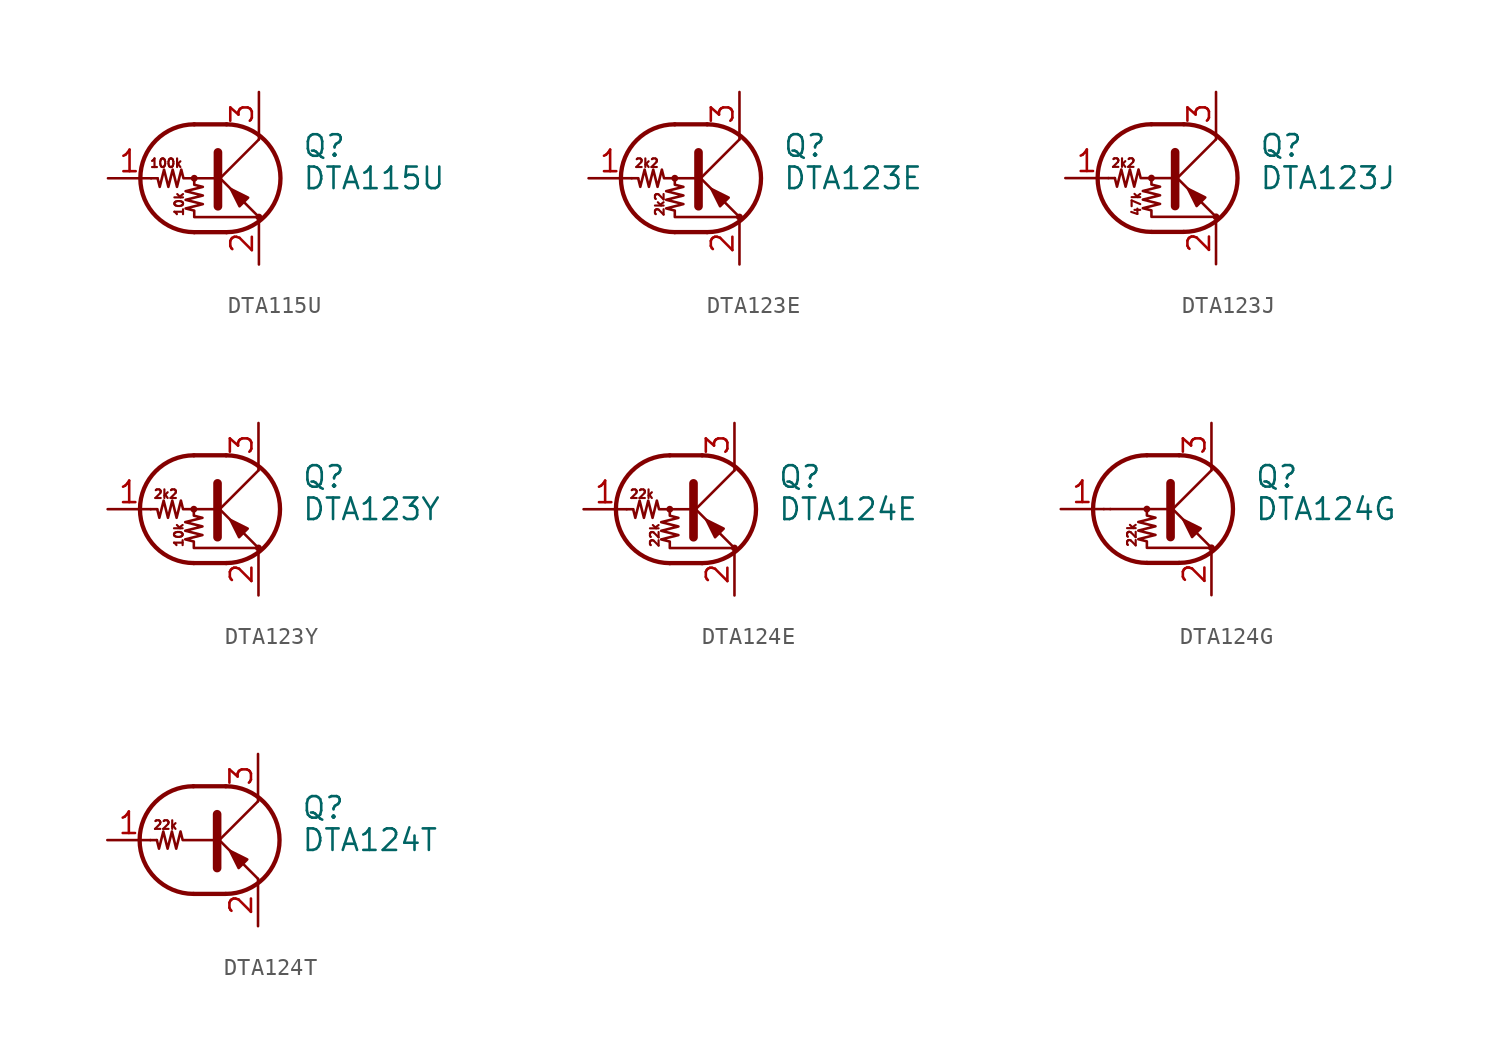
<source format=kicad_sym>
(kicad_symbol_lib
  (version 20201005)
  (generator kicad_symbol_editor)
  (symbol "Transistor_BJT:DTA115U"
    (pin_names
      (offset 0) hide)
    (property "Reference" "Q"
      (at 5.08 1.905 0)
      (effects (font (size 1.27 1.27)) (justify left)))
    (property "Value" "DTA115U"
      (at 5.08 0 0)
      (effects (font (size 1.27 1.27)) (justify left)))
    (symbol "DTA115U_0_0"
      (text "100k" (at -2.921 0.889 0) (effects (font (size 0.508 0.508))))
      (text "10k" (at -2.159 -1.524 900) (effects (font (size 0.508 0.508)))))
    (symbol "DTA115U_0_1"
      (arc (start -1.27 3.175) (end -1.27 -3.175) (radius (at -1.27 0) (length 3.175) (angles 90.1 -90.1)) (stroke (width 0.254)) (fill (type none)))
      (arc (start 0.635 -3.175) (end 0.635 3.175) (radius (at 0.635 0) (length 3.175) (angles -89.9 89.9)) (stroke (width 0.254)) (fill (type none)))
      (circle (center -1.27 0) (radius 0.127) (stroke (width 0)) (fill (type none)))
      (circle (center 2.54 -2.286) (radius 0.127) (stroke (width 0)) (fill (type none)))
      (polyline (pts (xy -3.429 0) (xy -3.81 0)) (stroke (width 0)) (fill (type none)))
      (polyline (pts (xy -1.27 -3.175) (xy 0.635 -3.175)) (stroke (width 0.254)) (fill (type none)))
      (polyline (pts (xy -1.27 3.175) (xy 0.635 3.175)) (stroke (width 0.254)) (fill (type none)))
      (polyline (pts (xy 0 -0.254) (xy 2.54 2.286)) (stroke (width 0)) (fill (type none)))
      (polyline (pts (xy 0.127 1.524) (xy 0.127 -1.651)) (stroke (width 0.508)) (fill (type outline)))
      (polyline (pts (xy 2.54 2.286) (xy 2.54 2.54)) (stroke (width 0)) (fill (type none)))
      (polyline (pts (xy 2.54 -2.286) (xy 0 0.254) (xy 0 0.254)) (stroke (width 0)) (fill (type none)))
      (polyline (pts (xy 1.397 -1.651) (xy 1.905 -1.143) (xy 0.889 -0.635) (xy 1.397 -1.651)) (stroke (width 0)) (fill (type outline)))
      (polyline (pts (xy 0 0) (xy -1.905 0) (xy -2.032 0.508) (xy -2.286 -0.508) (xy -2.54 0.508) (xy -2.794 -0.508) (xy -3.048 0.508) (xy -3.302 -0.508) (xy -3.429 0)) (stroke (width 0)) (fill (type none)))
      (polyline (pts (xy -1.27 0) (xy -1.27 -0.381) (xy -0.762 -0.508) (xy -1.778 -0.762) (xy -0.762 -1.016) (xy -1.778 -1.27) (xy -0.762 -1.524) (xy -1.778 -1.778) (xy -1.27 -1.905) (xy -1.27 -2.286) (xy 2.54 -2.286)) (stroke (width 0)) (fill (type none))))
    (symbol "DTA115U_1_1"
      (pin input line (at -6.35 0 0) (length 2.54) (name "B" (effects (font (size 1.27 1.27)))) (number "1" (effects (font (size 1.27 1.27)))))
      (pin passive line (at 2.54 -5.08 90) (length 2.54) (name "E" (effects (font (size 1.27 1.27)))) (number "2" (effects (font (size 1.27 1.27)))))
      (pin passive line (at 2.54 5.08 270) (length 2.54) (name "C" (effects (font (size 1.27 1.27)))) (number "3" (effects (font (size 1.27 1.27)))))))
  (symbol "Transistor_BJT:DTA123E"
    (pin_names
      (offset 0) hide)
    (property "Reference" "Q"
      (at 5.08 1.905 0)
      (effects (font (size 1.27 1.27)) (justify left)))
    (property "Value" "DTA123E"
      (at 5.08 0 0)
      (effects (font (size 1.27 1.27)) (justify left)))
    (symbol "DTA123E_0_0"
      (text "2k2" (at -2.921 0.889 0) (effects (font (size 0.508 0.508))))
      (text "2k2" (at -2.159 -1.524 900) (effects (font (size 0.508 0.508)))))
    (symbol "DTA123E_0_1"
      (arc (start -1.27 3.175) (end -1.27 -3.175) (radius (at -1.27 0) (length 3.175) (angles 90.1 -90.1)) (stroke (width 0.254)) (fill (type none)))
      (arc (start 0.635 -3.175) (end 0.635 3.175) (radius (at 0.635 0) (length 3.175) (angles -89.9 89.9)) (stroke (width 0.254)) (fill (type none)))
      (circle (center -1.27 0) (radius 0.127) (stroke (width 0)) (fill (type none)))
      (circle (center 2.54 -2.286) (radius 0.127) (stroke (width 0)) (fill (type none)))
      (polyline (pts (xy -3.429 0) (xy -3.81 0)) (stroke (width 0)) (fill (type none)))
      (polyline (pts (xy -1.27 -3.175) (xy 0.635 -3.175)) (stroke (width 0.254)) (fill (type none)))
      (polyline (pts (xy -1.27 3.175) (xy 0.635 3.175)) (stroke (width 0.254)) (fill (type none)))
      (polyline (pts (xy 0 -0.254) (xy 2.54 2.286)) (stroke (width 0)) (fill (type none)))
      (polyline (pts (xy 0.127 1.524) (xy 0.127 -1.651)) (stroke (width 0.508)) (fill (type outline)))
      (polyline (pts (xy 2.54 2.286) (xy 2.54 2.54)) (stroke (width 0)) (fill (type none)))
      (polyline (pts (xy 2.54 -2.286) (xy 0 0.254) (xy 0 0.254)) (stroke (width 0)) (fill (type none)))
      (polyline (pts (xy 1.397 -1.651) (xy 1.905 -1.143) (xy 0.889 -0.635) (xy 1.397 -1.651)) (stroke (width 0)) (fill (type outline)))
      (polyline (pts (xy 0 0) (xy -1.905 0) (xy -2.032 0.508) (xy -2.286 -0.508) (xy -2.54 0.508) (xy -2.794 -0.508) (xy -3.048 0.508) (xy -3.302 -0.508) (xy -3.429 0)) (stroke (width 0)) (fill (type none)))
      (polyline (pts (xy -1.27 0) (xy -1.27 -0.381) (xy -0.762 -0.508) (xy -1.778 -0.762) (xy -0.762 -1.016) (xy -1.778 -1.27) (xy -0.762 -1.524) (xy -1.778 -1.778) (xy -1.27 -1.905) (xy -1.27 -2.286) (xy 2.54 -2.286)) (stroke (width 0)) (fill (type none))))
    (symbol "DTA123E_1_1"
      (pin input line (at -6.35 0 0) (length 2.54) (name "B" (effects (font (size 1.27 1.27)))) (number "1" (effects (font (size 1.27 1.27)))))
      (pin passive line (at 2.54 -5.08 90) (length 2.54) (name "E" (effects (font (size 1.27 1.27)))) (number "2" (effects (font (size 1.27 1.27)))))
      (pin passive line (at 2.54 5.08 270) (length 2.54) (name "C" (effects (font (size 1.27 1.27)))) (number "3" (effects (font (size 1.27 1.27)))))))
  (symbol "Transistor_BJT:DTA123J"
    (pin_names
      (offset 0) hide)
    (property "Reference" "Q"
      (at 5.08 1.905 0)
      (effects (font (size 1.27 1.27)) (justify left)))
    (property "Value" "DTA123J"
      (at 5.08 0 0)
      (effects (font (size 1.27 1.27)) (justify left)))
    (symbol "DTA123J_0_0"
      (text "2k2" (at -2.921 0.889 0) (effects (font (size 0.508 0.508))))
      (text "47k" (at -2.159 -1.524 900) (effects (font (size 0.508 0.508)))))
    (symbol "DTA123J_0_1"
      (arc (start -1.27 3.175) (end -1.27 -3.175) (radius (at -1.27 0) (length 3.175) (angles 90.1 -90.1)) (stroke (width 0.254)) (fill (type none)))
      (arc (start 0.635 -3.175) (end 0.635 3.175) (radius (at 0.635 0) (length 3.175) (angles -89.9 89.9)) (stroke (width 0.254)) (fill (type none)))
      (circle (center -1.27 0) (radius 0.127) (stroke (width 0)) (fill (type none)))
      (circle (center 2.54 -2.286) (radius 0.127) (stroke (width 0)) (fill (type none)))
      (polyline (pts (xy -3.429 0) (xy -3.81 0)) (stroke (width 0)) (fill (type none)))
      (polyline (pts (xy -1.27 -3.175) (xy 0.635 -3.175)) (stroke (width 0.254)) (fill (type none)))
      (polyline (pts (xy -1.27 3.175) (xy 0.635 3.175)) (stroke (width 0.254)) (fill (type none)))
      (polyline (pts (xy 0 -0.254) (xy 2.54 2.286)) (stroke (width 0)) (fill (type none)))
      (polyline (pts (xy 0.127 1.524) (xy 0.127 -1.651)) (stroke (width 0.508)) (fill (type outline)))
      (polyline (pts (xy 2.54 2.286) (xy 2.54 2.54)) (stroke (width 0)) (fill (type none)))
      (polyline (pts (xy 2.54 -2.286) (xy 0 0.254) (xy 0 0.254)) (stroke (width 0)) (fill (type none)))
      (polyline (pts (xy 1.397 -1.651) (xy 1.905 -1.143) (xy 0.889 -0.635) (xy 1.397 -1.651)) (stroke (width 0)) (fill (type outline)))
      (polyline (pts (xy 0 0) (xy -1.905 0) (xy -2.032 0.508) (xy -2.286 -0.508) (xy -2.54 0.508) (xy -2.794 -0.508) (xy -3.048 0.508) (xy -3.302 -0.508) (xy -3.429 0)) (stroke (width 0)) (fill (type none)))
      (polyline (pts (xy -1.27 0) (xy -1.27 -0.381) (xy -0.762 -0.508) (xy -1.778 -0.762) (xy -0.762 -1.016) (xy -1.778 -1.27) (xy -0.762 -1.524) (xy -1.778 -1.778) (xy -1.27 -1.905) (xy -1.27 -2.286) (xy 2.54 -2.286)) (stroke (width 0)) (fill (type none))))
    (symbol "DTA123J_1_1"
      (pin input line (at -6.35 0 0) (length 2.54) (name "B" (effects (font (size 1.27 1.27)))) (number "1" (effects (font (size 1.27 1.27)))))
      (pin passive line (at 2.54 -5.08 90) (length 2.54) (name "E" (effects (font (size 1.27 1.27)))) (number "2" (effects (font (size 1.27 1.27)))))
      (pin passive line (at 2.54 5.08 270) (length 2.54) (name "C" (effects (font (size 1.27 1.27)))) (number "3" (effects (font (size 1.27 1.27)))))))
  (symbol "Transistor_BJT:DTA123Y"
    (pin_names
      (offset 0) hide)
    (property "Reference" "Q"
      (at 5.08 1.905 0)
      (effects (font (size 1.27 1.27)) (justify left)))
    (property "Value" "DTA123Y"
      (at 5.08 0 0)
      (effects (font (size 1.27 1.27)) (justify left)))
    (symbol "DTA123Y_0_0"
      (text "10k" (at -2.159 -1.524 900) (effects (font (size 0.508 0.508))))
      (text "2k2" (at -2.921 0.889 0) (effects (font (size 0.508 0.508)))))
    (symbol "DTA123Y_0_1"
      (arc (start -1.27 3.175) (end -1.27 -3.175) (radius (at -1.27 0) (length 3.175) (angles 90.1 -90.1)) (stroke (width 0.254)) (fill (type none)))
      (arc (start 0.635 -3.175) (end 0.635 3.175) (radius (at 0.635 0) (length 3.175) (angles -89.9 89.9)) (stroke (width 0.254)) (fill (type none)))
      (circle (center -1.27 0) (radius 0.127) (stroke (width 0)) (fill (type none)))
      (circle (center 2.54 -2.286) (radius 0.127) (stroke (width 0)) (fill (type none)))
      (polyline (pts (xy -3.429 0) (xy -3.81 0)) (stroke (width 0)) (fill (type none)))
      (polyline (pts (xy -1.27 -3.175) (xy 0.635 -3.175)) (stroke (width 0.254)) (fill (type none)))
      (polyline (pts (xy -1.27 3.175) (xy 0.635 3.175)) (stroke (width 0.254)) (fill (type none)))
      (polyline (pts (xy 0 -0.254) (xy 2.54 2.286)) (stroke (width 0)) (fill (type none)))
      (polyline (pts (xy 0.127 1.524) (xy 0.127 -1.651)) (stroke (width 0.508)) (fill (type outline)))
      (polyline (pts (xy 2.54 2.286) (xy 2.54 2.54)) (stroke (width 0)) (fill (type none)))
      (polyline (pts (xy 2.54 -2.286) (xy 0 0.254) (xy 0 0.254)) (stroke (width 0)) (fill (type none)))
      (polyline (pts (xy 1.397 -1.651) (xy 1.905 -1.143) (xy 0.889 -0.635) (xy 1.397 -1.651)) (stroke (width 0)) (fill (type outline)))
      (polyline (pts (xy 0 0) (xy -1.905 0) (xy -2.032 0.508) (xy -2.286 -0.508) (xy -2.54 0.508) (xy -2.794 -0.508) (xy -3.048 0.508) (xy -3.302 -0.508) (xy -3.429 0)) (stroke (width 0)) (fill (type none)))
      (polyline (pts (xy -1.27 0) (xy -1.27 -0.381) (xy -0.762 -0.508) (xy -1.778 -0.762) (xy -0.762 -1.016) (xy -1.778 -1.27) (xy -0.762 -1.524) (xy -1.778 -1.778) (xy -1.27 -1.905) (xy -1.27 -2.286) (xy 2.54 -2.286)) (stroke (width 0)) (fill (type none))))
    (symbol "DTA123Y_1_1"
      (pin input line (at -6.35 0 0) (length 2.54) (name "B" (effects (font (size 1.27 1.27)))) (number "1" (effects (font (size 1.27 1.27)))))
      (pin passive line (at 2.54 -5.08 90) (length 2.54) (name "E" (effects (font (size 1.27 1.27)))) (number "2" (effects (font (size 1.27 1.27)))))
      (pin passive line (at 2.54 5.08 270) (length 2.54) (name "C" (effects (font (size 1.27 1.27)))) (number "3" (effects (font (size 1.27 1.27)))))))
  (symbol "Transistor_BJT:DTA124E"
    (pin_names
      (offset 0) hide)
    (property "Reference" "Q"
      (at 5.08 1.905 0)
      (effects (font (size 1.27 1.27)) (justify left)))
    (property "Value" "DTA124E"
      (at 5.08 0 0)
      (effects (font (size 1.27 1.27)) (justify left)))
    (symbol "DTA124E_0_0"
      (text "22k" (at -2.921 0.889 0) (effects (font (size 0.508 0.508))))
      (text "22k" (at -2.159 -1.524 900) (effects (font (size 0.508 0.508)))))
    (symbol "DTA124E_0_1"
      (arc (start -1.27 3.175) (end -1.27 -3.175) (radius (at -1.27 0) (length 3.175) (angles 90.1 -90.1)) (stroke (width 0.254)) (fill (type none)))
      (arc (start 0.635 -3.175) (end 0.635 3.175) (radius (at 0.635 0) (length 3.175) (angles -89.9 89.9)) (stroke (width 0.254)) (fill (type none)))
      (circle (center -1.27 0) (radius 0.127) (stroke (width 0)) (fill (type none)))
      (circle (center 2.54 -2.286) (radius 0.127) (stroke (width 0)) (fill (type none)))
      (polyline (pts (xy -3.429 0) (xy -3.81 0)) (stroke (width 0)) (fill (type none)))
      (polyline (pts (xy -1.27 -3.175) (xy 0.635 -3.175)) (stroke (width 0.254)) (fill (type none)))
      (polyline (pts (xy -1.27 3.175) (xy 0.635 3.175)) (stroke (width 0.254)) (fill (type none)))
      (polyline (pts (xy 0 -0.254) (xy 2.54 2.286)) (stroke (width 0)) (fill (type none)))
      (polyline (pts (xy 0.127 1.524) (xy 0.127 -1.651)) (stroke (width 0.508)) (fill (type outline)))
      (polyline (pts (xy 2.54 2.286) (xy 2.54 2.54)) (stroke (width 0)) (fill (type none)))
      (polyline (pts (xy 2.54 -2.286) (xy 0 0.254) (xy 0 0.254)) (stroke (width 0)) (fill (type none)))
      (polyline (pts (xy 1.397 -1.651) (xy 1.905 -1.143) (xy 0.889 -0.635) (xy 1.397 -1.651)) (stroke (width 0)) (fill (type outline)))
      (polyline (pts (xy 0 0) (xy -1.905 0) (xy -2.032 0.508) (xy -2.286 -0.508) (xy -2.54 0.508) (xy -2.794 -0.508) (xy -3.048 0.508) (xy -3.302 -0.508) (xy -3.429 0)) (stroke (width 0)) (fill (type none)))
      (polyline (pts (xy -1.27 0) (xy -1.27 -0.381) (xy -0.762 -0.508) (xy -1.778 -0.762) (xy -0.762 -1.016) (xy -1.778 -1.27) (xy -0.762 -1.524) (xy -1.778 -1.778) (xy -1.27 -1.905) (xy -1.27 -2.286) (xy 2.54 -2.286)) (stroke (width 0)) (fill (type none))))
    (symbol "DTA124E_1_1"
      (pin input line (at -6.35 0 0) (length 2.54) (name "B" (effects (font (size 1.27 1.27)))) (number "1" (effects (font (size 1.27 1.27)))))
      (pin passive line (at 2.54 -5.08 90) (length 2.54) (name "E" (effects (font (size 1.27 1.27)))) (number "2" (effects (font (size 1.27 1.27)))))
      (pin passive line (at 2.54 5.08 270) (length 2.54) (name "C" (effects (font (size 1.27 1.27)))) (number "3" (effects (font (size 1.27 1.27)))))))
  (symbol "Transistor_BJT:DTA124G"
    (pin_names
      (offset 0) hide)
    (property "Reference" "Q"
      (at 5.08 1.905 0)
      (effects (font (size 1.27 1.27)) (justify left)))
    (property "Value" "DTA124G"
      (at 5.08 0 0)
      (effects (font (size 1.27 1.27)) (justify left)))
    (symbol "DTA124G_0_0"
      (text "22k" (at -2.159 -1.524 900) (effects (font (size 0.508 0.508))))
      (polyline (pts (xy -3.429 0) (xy 0 0)) (stroke (width 0)) (fill (type none))))
    (symbol "DTA124G_0_1"
      (arc (start -1.27 3.175) (end -1.27 -3.175) (radius (at -1.27 0) (length 3.175) (angles 90.1 -90.1)) (stroke (width 0.254)) (fill (type none)))
      (arc (start 0.635 -3.175) (end 0.635 3.175) (radius (at 0.635 0) (length 3.175) (angles -89.9 89.9)) (stroke (width 0.254)) (fill (type none)))
      (circle (center -1.27 0) (radius 0.127) (stroke (width 0)) (fill (type none)))
      (circle (center 2.54 -2.286) (radius 0.127) (stroke (width 0)) (fill (type none)))
      (polyline (pts (xy -3.429 0) (xy -3.81 0)) (stroke (width 0)) (fill (type none)))
      (polyline (pts (xy -1.27 -3.175) (xy 0.635 -3.175)) (stroke (width 0.254)) (fill (type none)))
      (polyline (pts (xy -1.27 3.175) (xy 0.635 3.175)) (stroke (width 0.254)) (fill (type none)))
      (polyline (pts (xy 0 -0.254) (xy 2.54 2.286)) (stroke (width 0)) (fill (type none)))
      (polyline (pts (xy 0.127 1.524) (xy 0.127 -1.651)) (stroke (width 0.508)) (fill (type outline)))
      (polyline (pts (xy 2.54 2.286) (xy 2.54 2.54)) (stroke (width 0)) (fill (type none)))
      (polyline (pts (xy 2.54 -2.286) (xy 0 0.254) (xy 0 0.254)) (stroke (width 0)) (fill (type none)))
      (polyline (pts (xy 1.397 -1.651) (xy 1.905 -1.143) (xy 0.889 -0.635) (xy 1.397 -1.651)) (stroke (width 0)) (fill (type outline)))
      (polyline (pts (xy -1.27 0) (xy -1.27 -0.381) (xy -0.762 -0.508) (xy -1.778 -0.762) (xy -0.762 -1.016) (xy -1.778 -1.27) (xy -0.762 -1.524) (xy -1.778 -1.778) (xy -1.27 -1.905) (xy -1.27 -2.286) (xy 2.54 -2.286)) (stroke (width 0)) (fill (type none))))
    (symbol "DTA124G_1_1"
      (pin input line (at -6.35 0 0) (length 2.54) (name "B" (effects (font (size 1.27 1.27)))) (number "1" (effects (font (size 1.27 1.27)))))
      (pin passive line (at 2.54 -5.08 90) (length 2.54) (name "E" (effects (font (size 1.27 1.27)))) (number "2" (effects (font (size 1.27 1.27)))))
      (pin passive line (at 2.54 5.08 270) (length 2.54) (name "C" (effects (font (size 1.27 1.27)))) (number "3" (effects (font (size 1.27 1.27)))))))
  (symbol "Transistor_BJT:DTA124T"
    (pin_names
      (offset 0) hide)
    (property "Reference" "Q"
      (at 5.08 1.905 0)
      (effects (font (size 1.27 1.27)) (justify left)))
    (property "Value" "DTA124T"
      (at 5.08 0 0)
      (effects (font (size 1.27 1.27)) (justify left)))
    (symbol "DTA124T_0_0"
      (text "22k" (at -2.921 0.889 0) (effects (font (size 0.508 0.508))))
      (polyline (pts (xy 2.54 -2.286) (xy 2.54 -2.54)) (stroke (width 0)) (fill (type none))))
    (symbol "DTA124T_0_1"
      (arc (start -1.27 3.175) (end -1.27 -3.175) (radius (at -1.27 0) (length 3.175) (angles 90.1 -90.1)) (stroke (width 0.254)) (fill (type none)))
      (arc (start 0.635 -3.175) (end 0.635 3.175) (radius (at 0.635 0) (length 3.175) (angles -89.9 89.9)) (stroke (width 0.254)) (fill (type none)))
      (polyline (pts (xy -3.429 0) (xy -3.81 0)) (stroke (width 0)) (fill (type none)))
      (polyline (pts (xy -1.27 -3.175) (xy 0.635 -3.175)) (stroke (width 0.254)) (fill (type none)))
      (polyline (pts (xy -1.27 3.175) (xy 0.635 3.175)) (stroke (width 0.254)) (fill (type none)))
      (polyline (pts (xy 0 -0.254) (xy 2.54 2.286)) (stroke (width 0)) (fill (type none)))
      (polyline (pts (xy 0.127 1.524) (xy 0.127 -1.651)) (stroke (width 0.508)) (fill (type outline)))
      (polyline (pts (xy 2.54 2.286) (xy 2.54 2.54)) (stroke (width 0)) (fill (type none)))
      (polyline (pts (xy 2.54 -2.286) (xy 0 0.254) (xy 0 0.254)) (stroke (width 0)) (fill (type none)))
      (polyline (pts (xy 1.397 -1.651) (xy 1.905 -1.143) (xy 0.889 -0.635) (xy 1.397 -1.651)) (stroke (width 0)) (fill (type outline)))
      (polyline (pts (xy 0 0) (xy -1.905 0) (xy -2.032 0.508) (xy -2.286 -0.508) (xy -2.54 0.508) (xy -2.794 -0.508) (xy -3.048 0.508) (xy -3.302 -0.508) (xy -3.429 0)) (stroke (width 0)) (fill (type none))))
    (symbol "DTA124T_1_1"
      (pin input line (at -6.35 0 0) (length 2.54) (name "B" (effects (font (size 1.27 1.27)))) (number "1" (effects (font (size 1.27 1.27)))))
      (pin passive line (at 2.54 -5.08 90) (length 2.54) (name "E" (effects (font (size 1.27 1.27)))) (number "2" (effects (font (size 1.27 1.27)))))
      (pin passive line (at 2.54 5.08 270) (length 2.54) (name "C" (effects (font (size 1.27 1.27)))) (number "3" (effects (font (size 1.27 1.27))))))))
</source>
